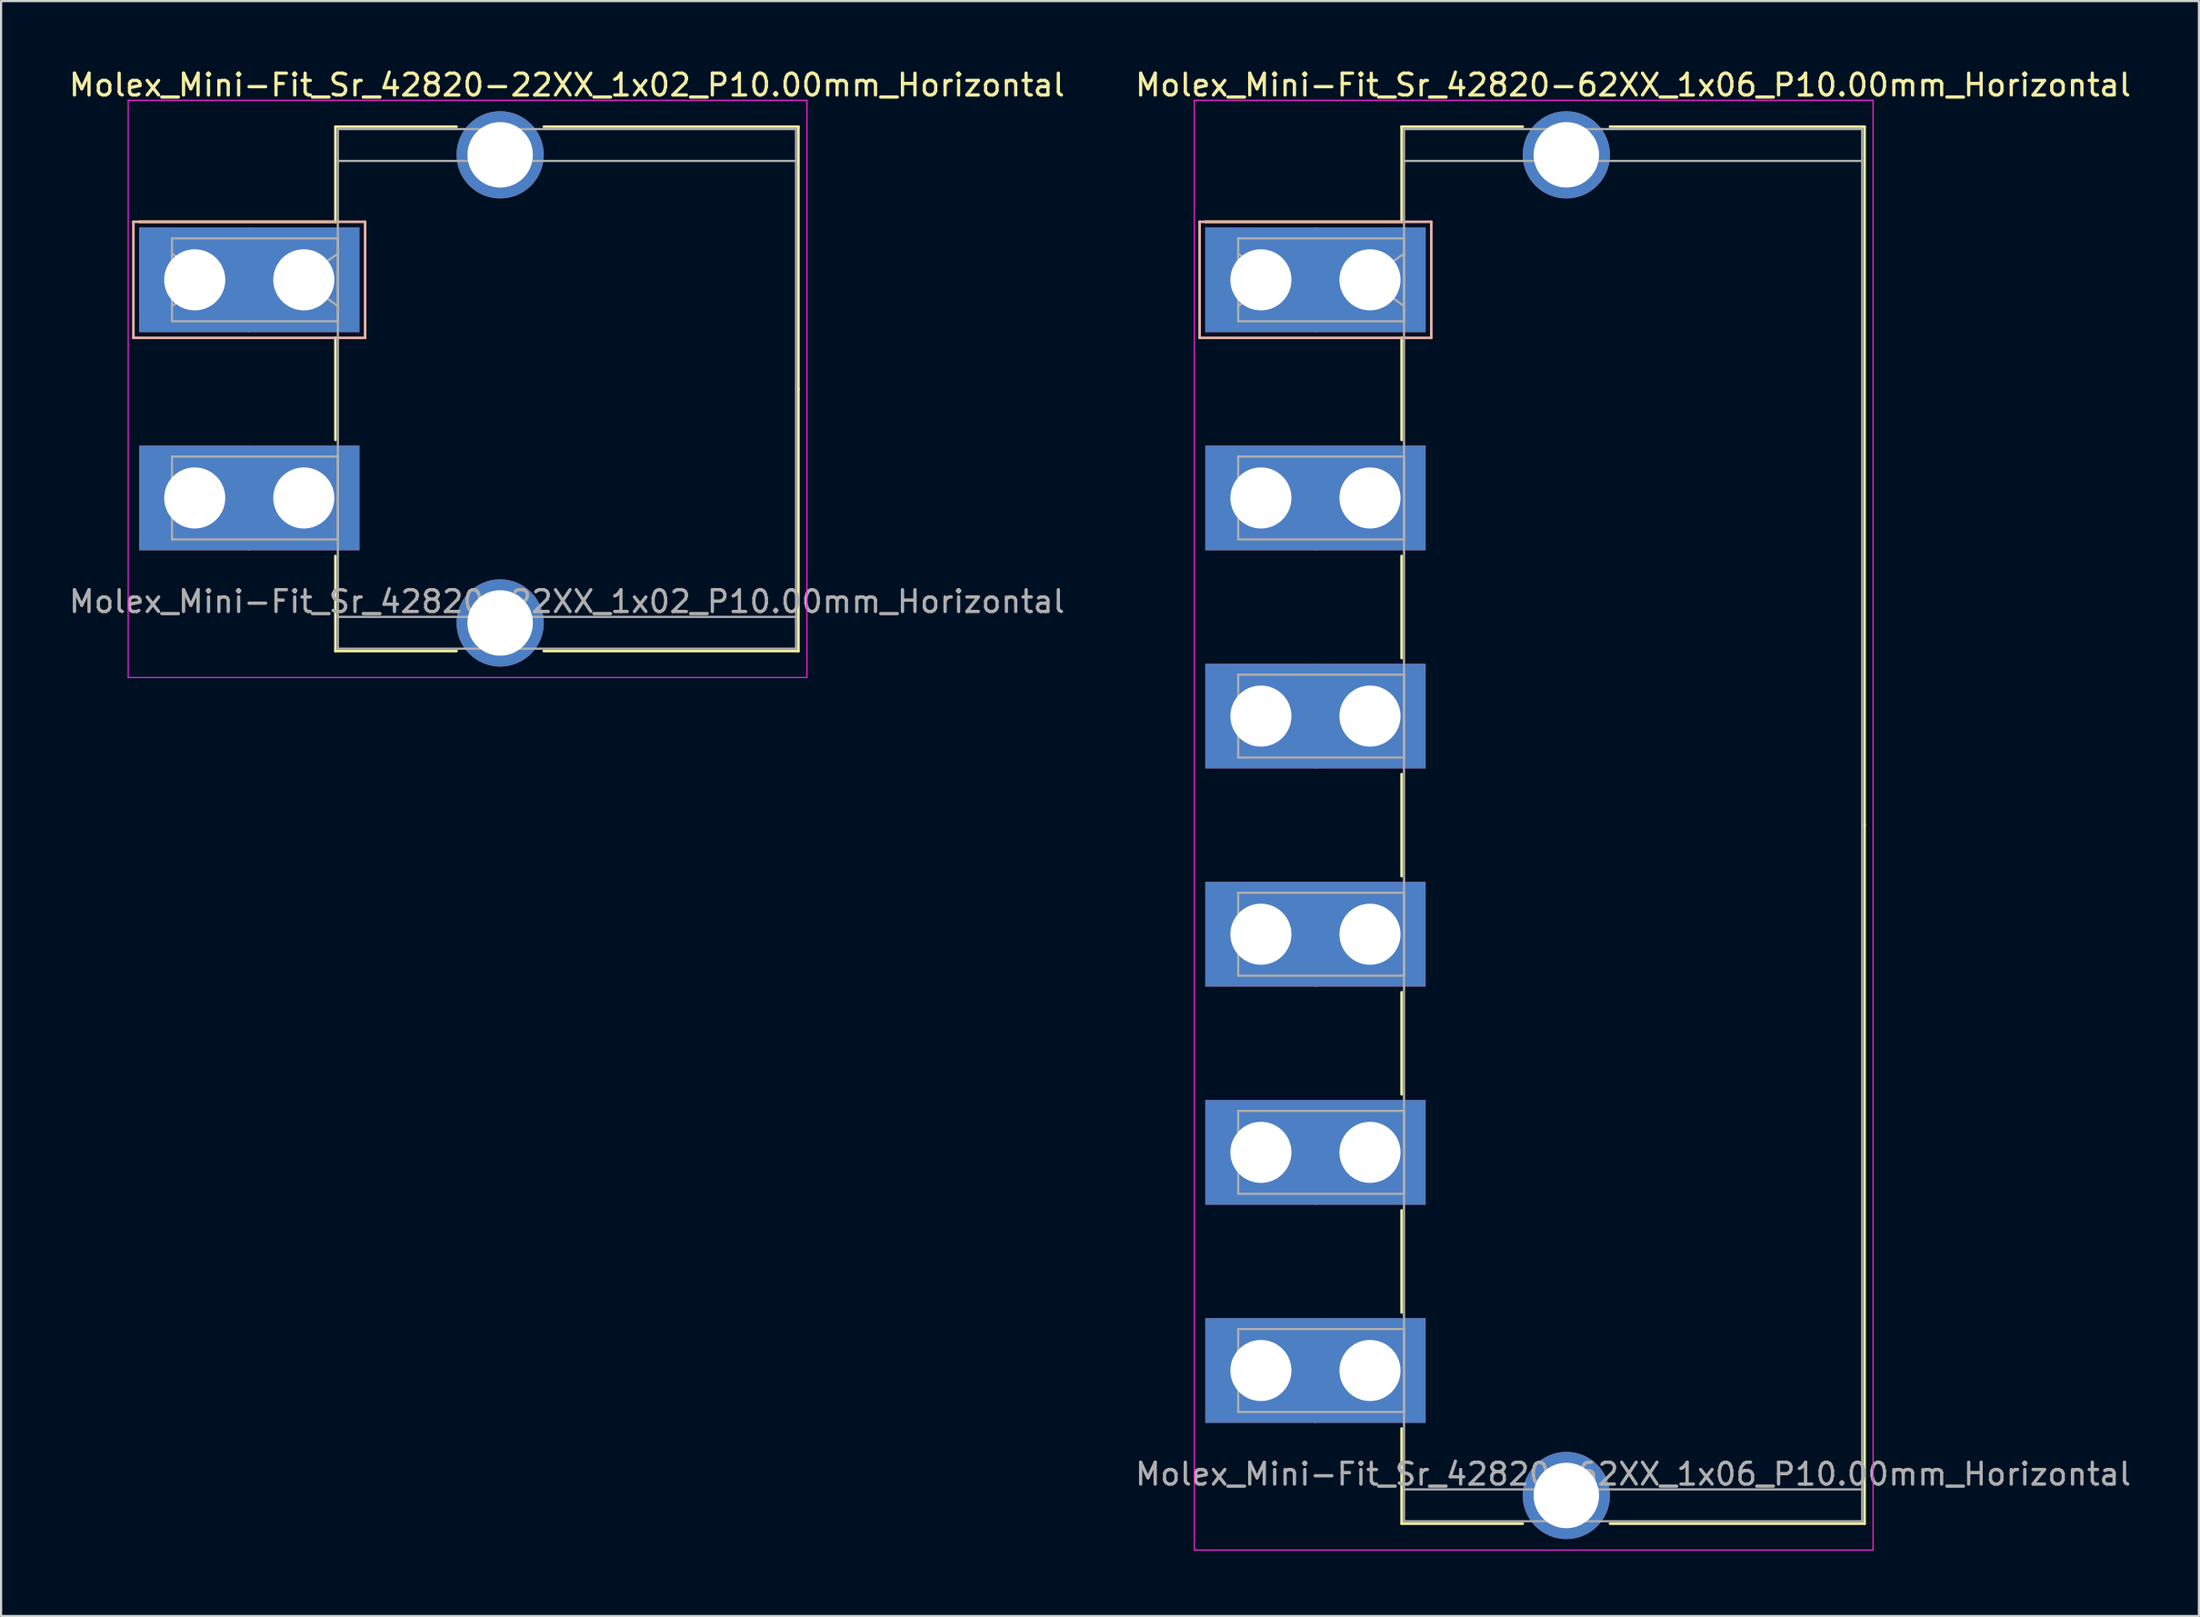
<source format=kicad_pcb>
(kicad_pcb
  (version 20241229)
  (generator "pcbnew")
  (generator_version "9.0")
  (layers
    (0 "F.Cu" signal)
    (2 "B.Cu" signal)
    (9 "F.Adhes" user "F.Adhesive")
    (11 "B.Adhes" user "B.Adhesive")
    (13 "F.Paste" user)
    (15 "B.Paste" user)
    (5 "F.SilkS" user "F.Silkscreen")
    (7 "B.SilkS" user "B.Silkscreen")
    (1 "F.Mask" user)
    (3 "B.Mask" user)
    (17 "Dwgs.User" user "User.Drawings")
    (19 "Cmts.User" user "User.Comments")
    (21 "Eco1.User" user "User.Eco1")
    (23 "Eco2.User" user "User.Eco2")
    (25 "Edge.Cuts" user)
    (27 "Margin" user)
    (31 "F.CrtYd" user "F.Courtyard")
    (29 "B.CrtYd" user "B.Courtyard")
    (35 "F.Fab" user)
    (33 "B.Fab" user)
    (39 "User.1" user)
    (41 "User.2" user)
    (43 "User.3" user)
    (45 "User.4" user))
  (footprint "Molex_Mini-Fit_Sr_42820-22XX_1x02_P10.00mm_Horizontal"
    (layer "F.Cu")
    (at 5.875 9.778)
    (property "Reference" "Molex_Mini-Fit_Sr_42820-22XX_1x02_P10.00mm_Horizontal" (at 17.06 -8.93 0) (layer "F.SilkS") (effects (font (size 1 1) (thickness 0.15))))
    (attr through_hole)
    (fp_line (start 6.45 -7.02) (end 12 -7.02) (stroke (width 0.12) (type solid)) (layer "F.SilkS"))
    (fp_line (start 6.45 -2.66) (end -2.55 -2.66) (stroke (width 0.12) (type solid)) (layer "F.SilkS"))
    (fp_line (start 6.45 -2.66) (end 6.45 -7.02) (stroke (width 0.12) (type solid)) (layer "F.SilkS"))
    (fp_line (start 6.45 2.66) (end 6.45 7.34) (stroke (width 0.12) (type solid)) (layer "F.SilkS"))
    (fp_line (start 6.45 12.66) (end 6.45 17.02) (stroke (width 0.12) (type solid)) (layer "F.SilkS"))
    (fp_line (start 6.45 17.02) (end 12 17.02) (stroke (width 0.12) (type solid)) (layer "F.SilkS"))
    (fp_line (start 16 -7.02) (end 27.67 -7.02) (stroke (width 0.12) (type solid)) (layer "F.SilkS"))
    (fp_line (start 16 17.02) (end 27.67 17.02) (stroke (width 0.12) (type solid)) (layer "F.SilkS"))
    (fp_line (start 27.67 -7.02) (end 27.67 5) (stroke (width 0.12) (type solid)) (layer "F.SilkS"))
    (fp_line (start 27.67 17.02) (end 27.67 5) (stroke (width 0.12) (type solid)) (layer "F.SilkS"))
    (fp_line (start -2.81 -2.66) (end -2.81 2.66) (stroke (width 0.12) (type solid)) (layer "B.SilkS"))
    (fp_line (start -2.81 2.66) (end 7.81 2.66) (stroke (width 0.12) (type solid)) (layer "B.SilkS"))
    (fp_line (start 7.81 -2.66) (end -2.81 -2.66) (stroke (width 0.12) (type solid)) (layer "B.SilkS"))
    (fp_line (start 7.81 2.66) (end 7.81 -2.66) (stroke (width 0.12) (type solid)) (layer "B.SilkS"))
    (fp_line (start -3.05 -8.23) (end -3.05 18.23) (stroke (width 0.05) (type solid)) (layer "F.CrtYd"))
    (fp_line (start -3.05 18.23) (end 28.06 18.23) (stroke (width 0.05) (type solid)) (layer "F.CrtYd"))
    (fp_line (start 28.06 -8.23) (end -3.05 -8.23) (stroke (width 0.05) (type solid)) (layer "F.CrtYd"))
    (fp_line (start 28.06 18.23) (end 28.06 -8.23) (stroke (width 0.05) (type solid)) (layer "F.CrtYd"))
    (fp_line (start -1.04 -1.9) (end 6.56 -1.9) (stroke (width 0.1) (type solid)) (layer "F.Fab"))
    (fp_line (start -1.04 -1.2) (end 0.657 0) (stroke (width 0.1) (type solid)) (layer "F.Fab"))
    (fp_line (start -1.04 1.9) (end -1.04 -1.9) (stroke (width 0.1) (type solid)) (layer "F.Fab"))
    (fp_line (start -1.04 8.1) (end 6.56 8.1) (stroke (width 0.1) (type solid)) (layer "F.Fab"))
    (fp_line (start -1.04 11.9) (end -1.04 8.1) (stroke (width 0.1) (type solid)) (layer "F.Fab"))
    (fp_line (start 0.657 0) (end -1.04 1.2) (stroke (width 0.1) (type solid)) (layer "F.Fab"))
    (fp_line (start 4.863 0) (end 6.56 1.2) (stroke (width 0.1) (type solid)) (layer "F.Fab"))
    (fp_line (start 6.56 -6.91) (end 6.56 16.91) (stroke (width 0.1) (type solid)) (layer "F.Fab"))
    (fp_line (start 6.56 -5.45) (end 27.56 -5.45) (stroke (width 0.1) (type solid)) (layer "F.Fab"))
    (fp_line (start 6.56 -1.9) (end 6.56 1.9) (stroke (width 0.1) (type solid)) (layer "F.Fab"))
    (fp_line (start 6.56 -1.2) (end 4.863 0) (stroke (width 0.1) (type solid)) (layer "F.Fab"))
    (fp_line (start 6.56 1.9) (end -1.04 1.9) (stroke (width 0.1) (type solid)) (layer "F.Fab"))
    (fp_line (start 6.56 8.1) (end 6.56 11.9) (stroke (width 0.1) (type solid)) (layer "F.Fab"))
    (fp_line (start 6.56 11.9) (end -1.04 11.9) (stroke (width 0.1) (type solid)) (layer "F.Fab"))
    (fp_line (start 6.56 15.45) (end 27.56 15.45) (stroke (width 0.1) (type solid)) (layer "F.Fab"))
    (fp_line (start 6.56 16.91) (end 27.56 16.91) (stroke (width 0.1) (type solid)) (layer "F.Fab"))
    (fp_line (start 27.56 -6.91) (end 6.56 -6.91) (stroke (width 0.1) (type solid)) (layer "F.Fab"))
    (fp_line (start 27.56 16.91) (end 27.56 -6.91) (stroke (width 0.1) (type solid)) (layer "F.Fab"))
    (fp_text user "${REFERENCE}" (at 17.06 14.75 0) (layer "F.Fab") (effects (font (size 1 1) (thickness 0.15))))
    (pad "" thru_hole circle (at 14 -5.73) (size 4 4) (drill 3) (layers "*.Cu" "*.Mask"))
    (pad "" thru_hole circle (at 14 15.73) (size 4 4) (drill 3) (layers "*.Cu" "*.Mask"))
    (pad "1" thru_hole rect (at 0 0) (size 5.1 4.8) (drill 2.8) (layers "*.Cu" "*.Mask"))
    (pad "1" thru_hole rect (at 5 0) (size 5.1 4.8) (drill 2.8) (layers "*.Cu" "*.Mask"))
    (pad "2" thru_hole rect (at 0 10) (size 5.1 4.8) (drill 2.8) (layers "*.Cu" "*.Mask"))
    (pad "2" thru_hole rect (at 5 10) (size 5.1 4.8) (drill 2.8) (layers "*.Cu" "*.Mask")))
  (footprint "Molex_Mini-Fit_Sr_42820-62XX_1x06_P10.00mm_Horizontal"
    (layer "F.Cu")
    (at 54.744 9.778)
    (property "Reference" "Molex_Mini-Fit_Sr_42820-62XX_1x06_P10.00mm_Horizontal" (at 17.06 -8.93 0) (layer "F.SilkS") (effects (font (size 1 1) (thickness 0.15))))
    (attr through_hole)
    (fp_line (start 6.45 -7.02) (end 12 -7.02) (stroke (width 0.12) (type solid)) (layer "F.SilkS"))
    (fp_line (start 6.45 -2.66) (end -2.55 -2.66) (stroke (width 0.12) (type solid)) (layer "F.SilkS"))
    (fp_line (start 6.45 -2.66) (end 6.45 -7.02) (stroke (width 0.12) (type solid)) (layer "F.SilkS"))
    (fp_line (start 6.45 2.66) (end 6.45 7.34) (stroke (width 0.12) (type solid)) (layer "F.SilkS"))
    (fp_line (start 6.45 12.66) (end 6.45 17.34) (stroke (width 0.12) (type solid)) (layer "F.SilkS"))
    (fp_line (start 6.45 22.66) (end 6.45 27.34) (stroke (width 0.12) (type solid)) (layer "F.SilkS"))
    (fp_line (start 6.45 32.66) (end 6.45 37.34) (stroke (width 0.12) (type solid)) (layer "F.SilkS"))
    (fp_line (start 6.45 42.66) (end 6.45 47.34) (stroke (width 0.12) (type solid)) (layer "F.SilkS"))
    (fp_line (start 6.45 52.66) (end 6.45 57.02) (stroke (width 0.12) (type solid)) (layer "F.SilkS"))
    (fp_line (start 6.45 57.02) (end 12 57.02) (stroke (width 0.12) (type solid)) (layer "F.SilkS"))
    (fp_line (start 16 -7.02) (end 27.67 -7.02) (stroke (width 0.12) (type solid)) (layer "F.SilkS"))
    (fp_line (start 16 57.02) (end 27.67 57.02) (stroke (width 0.12) (type solid)) (layer "F.SilkS"))
    (fp_line (start 27.67 -7.02) (end 27.67 25) (stroke (width 0.12) (type solid)) (layer "F.SilkS"))
    (fp_line (start 27.67 57.02) (end 27.67 25) (stroke (width 0.12) (type solid)) (layer "F.SilkS"))
    (fp_line (start -2.81 -2.66) (end -2.81 2.66) (stroke (width 0.12) (type solid)) (layer "B.SilkS"))
    (fp_line (start -2.81 2.66) (end 7.81 2.66) (stroke (width 0.12) (type solid)) (layer "B.SilkS"))
    (fp_line (start 7.81 -2.66) (end -2.81 -2.66) (stroke (width 0.12) (type solid)) (layer "B.SilkS"))
    (fp_line (start 7.81 2.66) (end 7.81 -2.66) (stroke (width 0.12) (type solid)) (layer "B.SilkS"))
    (fp_line (start -3.05 -8.23) (end -3.05 58.23) (stroke (width 0.05) (type solid)) (layer "F.CrtYd"))
    (fp_line (start -3.05 58.23) (end 28.06 58.23) (stroke (width 0.05) (type solid)) (layer "F.CrtYd"))
    (fp_line (start 28.06 -8.23) (end -3.05 -8.23) (stroke (width 0.05) (type solid)) (layer "F.CrtYd"))
    (fp_line (start 28.06 58.23) (end 28.06 -8.23) (stroke (width 0.05) (type solid)) (layer "F.CrtYd"))
    (fp_line (start -1.04 -1.9) (end 6.56 -1.9) (stroke (width 0.1) (type solid)) (layer "F.Fab"))
    (fp_line (start -1.04 -1.2) (end 0.657 0) (stroke (width 0.1) (type solid)) (layer "F.Fab"))
    (fp_line (start -1.04 1.9) (end -1.04 -1.9) (stroke (width 0.1) (type solid)) (layer "F.Fab"))
    (fp_line (start -1.04 8.1) (end 6.56 8.1) (stroke (width 0.1) (type solid)) (layer "F.Fab"))
    (fp_line (start -1.04 11.9) (end -1.04 8.1) (stroke (width 0.1) (type solid)) (layer "F.Fab"))
    (fp_line (start -1.04 18.1) (end 6.56 18.1) (stroke (width 0.1) (type solid)) (layer "F.Fab"))
    (fp_line (start -1.04 21.9) (end -1.04 18.1) (stroke (width 0.1) (type solid)) (layer "F.Fab"))
    (fp_line (start -1.04 28.1) (end 6.56 28.1) (stroke (width 0.1) (type solid)) (layer "F.Fab"))
    (fp_line (start -1.04 31.9) (end -1.04 28.1) (stroke (width 0.1) (type solid)) (layer "F.Fab"))
    (fp_line (start -1.04 38.1) (end 6.56 38.1) (stroke (width 0.1) (type solid)) (layer "F.Fab"))
    (fp_line (start -1.04 41.9) (end -1.04 38.1) (stroke (width 0.1) (type solid)) (layer "F.Fab"))
    (fp_line (start -1.04 48.1) (end 6.56 48.1) (stroke (width 0.1) (type solid)) (layer "F.Fab"))
    (fp_line (start -1.04 51.9) (end -1.04 48.1) (stroke (width 0.1) (type solid)) (layer "F.Fab"))
    (fp_line (start 0.657 0) (end -1.04 1.2) (stroke (width 0.1) (type solid)) (layer "F.Fab"))
    (fp_line (start 4.863 0) (end 6.56 1.2) (stroke (width 0.1) (type solid)) (layer "F.Fab"))
    (fp_line (start 6.56 -6.91) (end 6.56 56.91) (stroke (width 0.1) (type solid)) (layer "F.Fab"))
    (fp_line (start 6.56 -5.45) (end 27.56 -5.45) (stroke (width 0.1) (type solid)) (layer "F.Fab"))
    (fp_line (start 6.56 -1.9) (end 6.56 1.9) (stroke (width 0.1) (type solid)) (layer "F.Fab"))
    (fp_line (start 6.56 -1.2) (end 4.863 0) (stroke (width 0.1) (type solid)) (layer "F.Fab"))
    (fp_line (start 6.56 1.9) (end -1.04 1.9) (stroke (width 0.1) (type solid)) (layer "F.Fab"))
    (fp_line (start 6.56 8.1) (end 6.56 11.9) (stroke (width 0.1) (type solid)) (layer "F.Fab"))
    (fp_line (start 6.56 11.9) (end -1.04 11.9) (stroke (width 0.1) (type solid)) (layer "F.Fab"))
    (fp_line (start 6.56 18.1) (end 6.56 21.9) (stroke (width 0.1) (type solid)) (layer "F.Fab"))
    (fp_line (start 6.56 21.9) (end -1.04 21.9) (stroke (width 0.1) (type solid)) (layer "F.Fab"))
    (fp_line (start 6.56 28.1) (end 6.56 31.9) (stroke (width 0.1) (type solid)) (layer "F.Fab"))
    (fp_line (start 6.56 31.9) (end -1.04 31.9) (stroke (width 0.1) (type solid)) (layer "F.Fab"))
    (fp_line (start 6.56 38.1) (end 6.56 41.9) (stroke (width 0.1) (type solid)) (layer "F.Fab"))
    (fp_line (start 6.56 41.9) (end -1.04 41.9) (stroke (width 0.1) (type solid)) (layer "F.Fab"))
    (fp_line (start 6.56 48.1) (end 6.56 51.9) (stroke (width 0.1) (type solid)) (layer "F.Fab"))
    (fp_line (start 6.56 51.9) (end -1.04 51.9) (stroke (width 0.1) (type solid)) (layer "F.Fab"))
    (fp_line (start 6.56 55.45) (end 27.56 55.45) (stroke (width 0.1) (type solid)) (layer "F.Fab"))
    (fp_line (start 6.56 56.91) (end 27.56 56.91) (stroke (width 0.1) (type solid)) (layer "F.Fab"))
    (fp_line (start 27.56 -6.91) (end 6.56 -6.91) (stroke (width 0.1) (type solid)) (layer "F.Fab"))
    (fp_line (start 27.56 56.91) (end 27.56 -6.91) (stroke (width 0.1) (type solid)) (layer "F.Fab"))
    (fp_text user "${REFERENCE}" (at 17.06 54.75 0) (layer "F.Fab") (effects (font (size 1 1) (thickness 0.15))))
    (pad "" thru_hole circle (at 14 -5.73) (size 4 4) (drill 3) (layers "*.Cu" "*.Mask"))
    (pad "" thru_hole circle (at 14 55.73) (size 4 4) (drill 3) (layers "*.Cu" "*.Mask"))
    (pad "1" thru_hole rect (at 0 0) (size 5.1 4.8) (drill 2.8) (layers "*.Cu" "*.Mask"))
    (pad "1" thru_hole rect (at 5 0) (size 5.1 4.8) (drill 2.8) (layers "*.Cu" "*.Mask"))
    (pad "2" thru_hole rect (at 0 10) (size 5.1 4.8) (drill 2.8) (layers "*.Cu" "*.Mask"))
    (pad "2" thru_hole rect (at 5 10) (size 5.1 4.8) (drill 2.8) (layers "*.Cu" "*.Mask"))
    (pad "3" thru_hole rect (at 0 20) (size 5.1 4.8) (drill 2.8) (layers "*.Cu" "*.Mask"))
    (pad "3" thru_hole rect (at 5 20) (size 5.1 4.8) (drill 2.8) (layers "*.Cu" "*.Mask"))
    (pad "4" thru_hole rect (at 0 30) (size 5.1 4.8) (drill 2.8) (layers "*.Cu" "*.Mask"))
    (pad "4" thru_hole rect (at 5 30) (size 5.1 4.8) (drill 2.8) (layers "*.Cu" "*.Mask"))
    (pad "5" thru_hole rect (at 0 40) (size 5.1 4.8) (drill 2.8) (layers "*.Cu" "*.Mask"))
    (pad "5" thru_hole rect (at 5 40) (size 5.1 4.8) (drill 2.8) (layers "*.Cu" "*.Mask"))
    (pad "6" thru_hole rect (at 0 50) (size 5.1 4.8) (drill 2.8) (layers "*.Cu" "*.Mask"))
    (pad "6" thru_hole rect (at 5 50) (size 5.1 4.8) (drill 2.8) (layers "*.Cu" "*.Mask")))
  (gr_rect
    (start -3 -3)
    (end 97.738 71.033)
    (stroke (width 0.1) (type default))
    (fill no)
    (layer "Edge.Cuts")))
</source>
